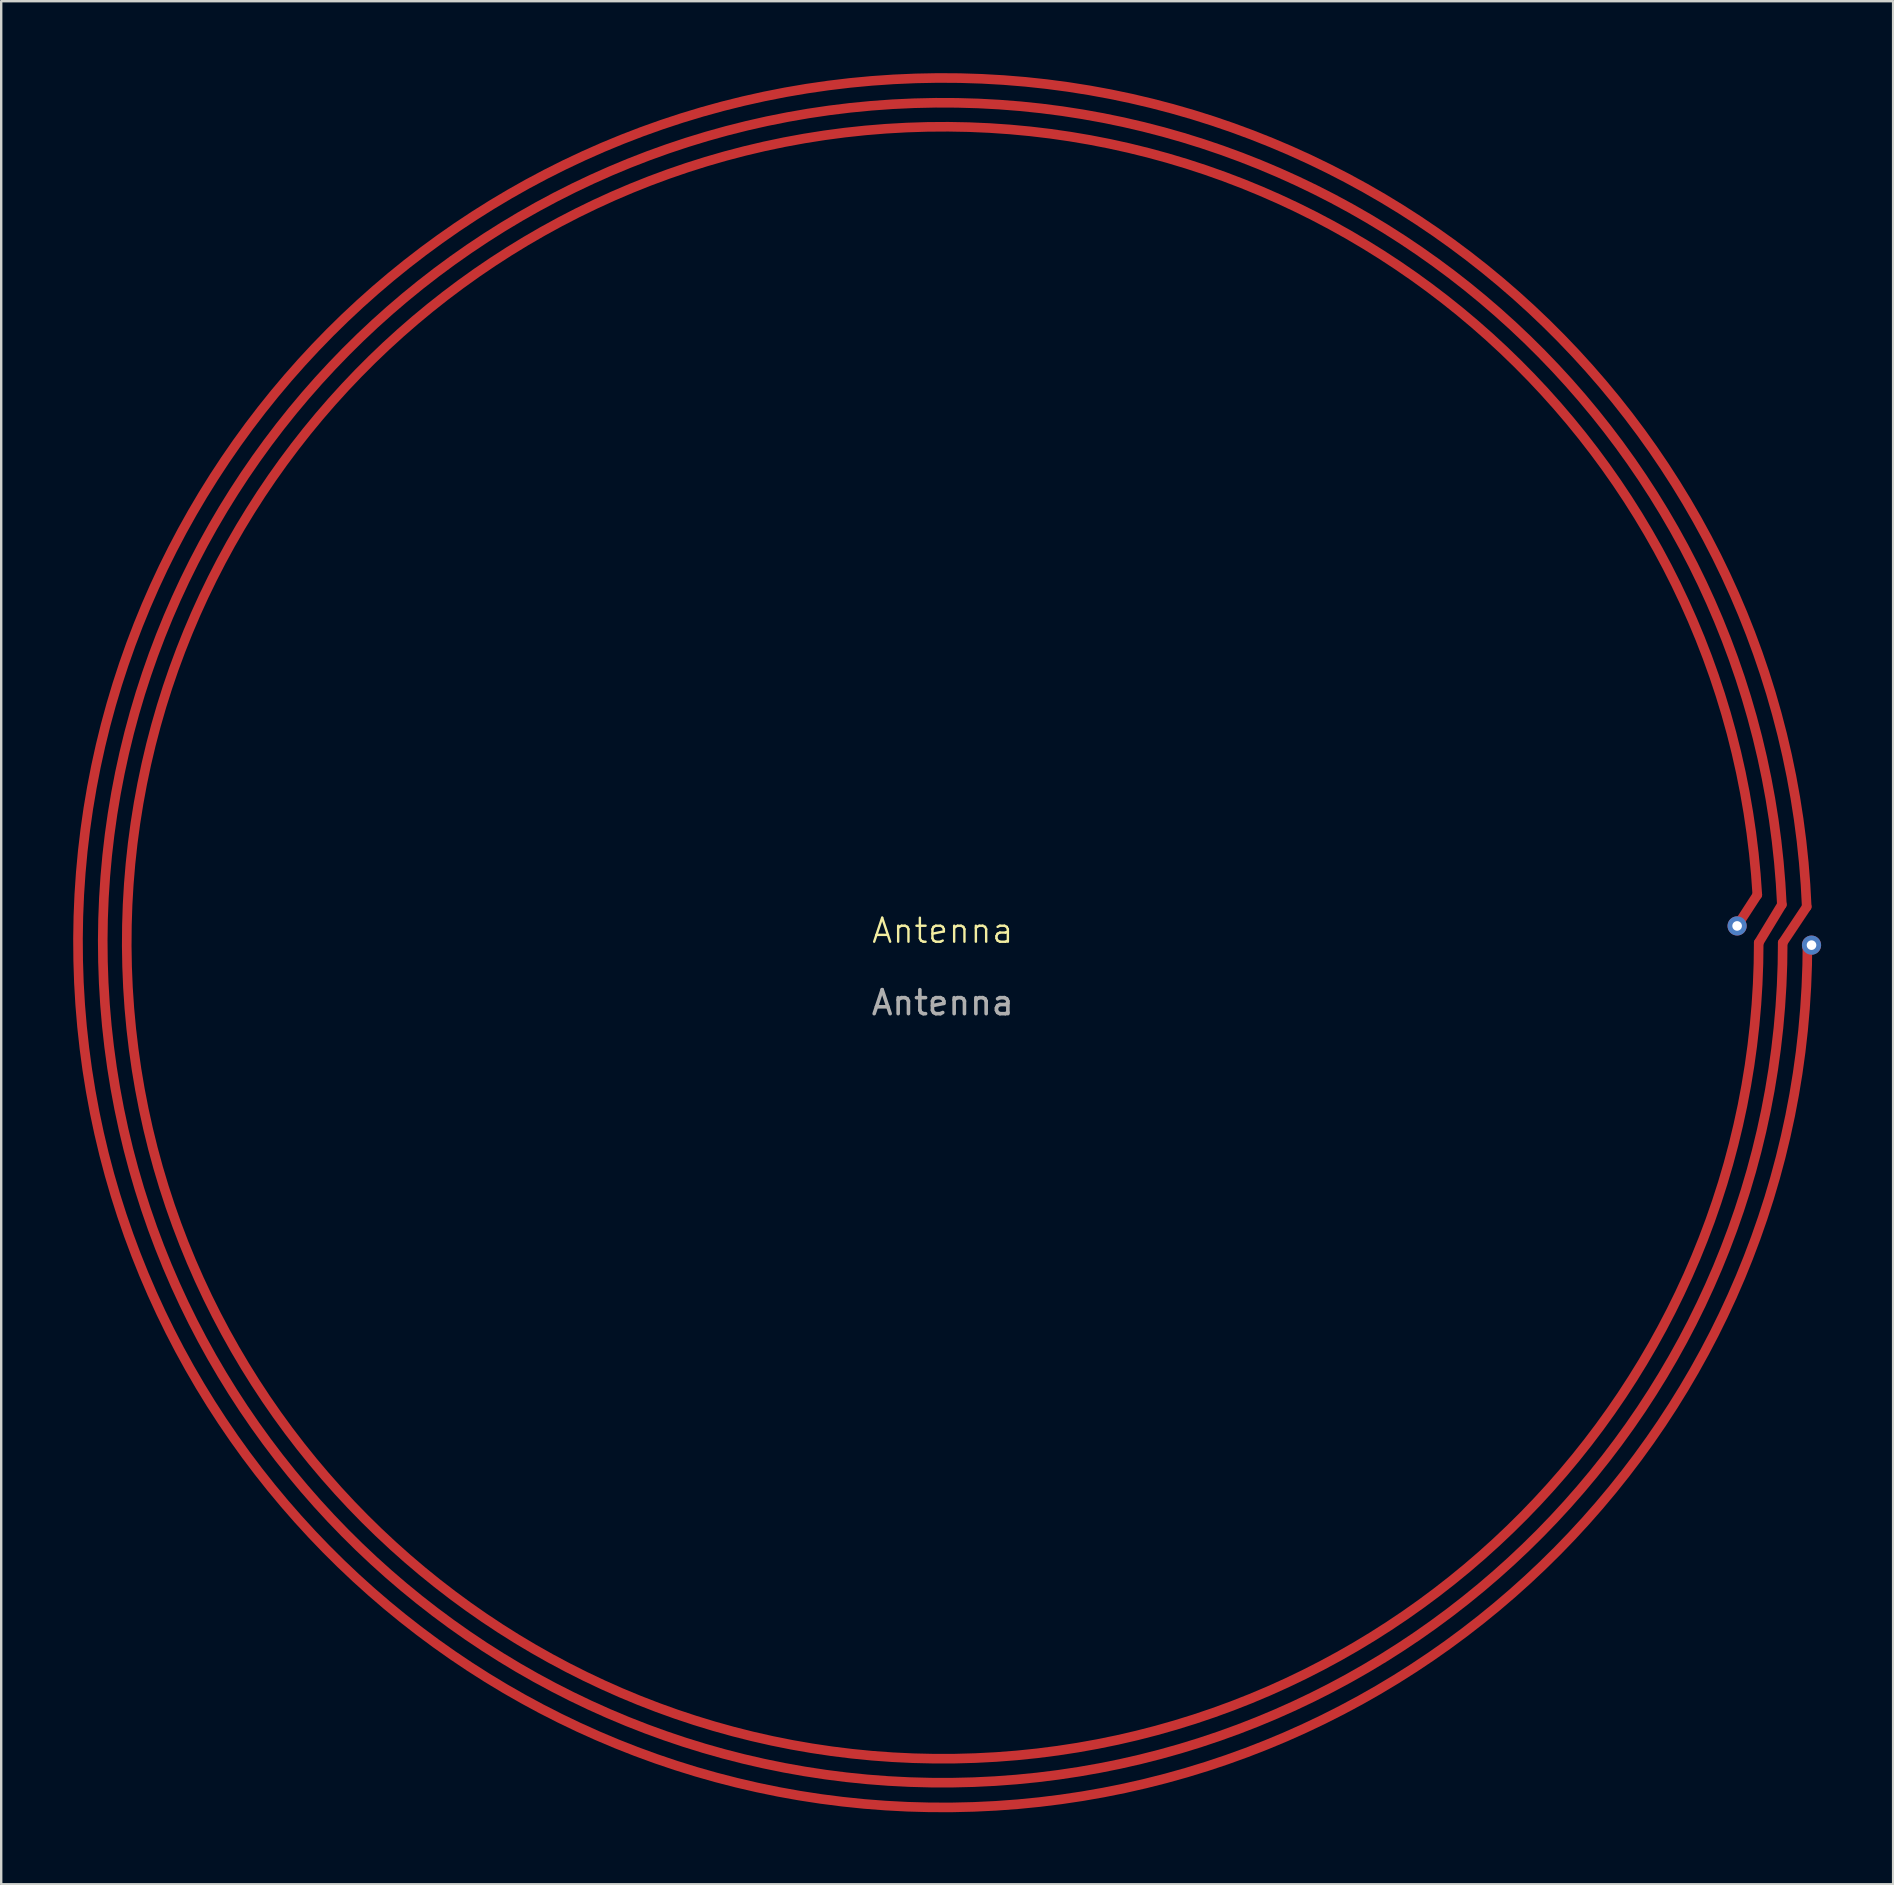
<source format=kicad_pcb>
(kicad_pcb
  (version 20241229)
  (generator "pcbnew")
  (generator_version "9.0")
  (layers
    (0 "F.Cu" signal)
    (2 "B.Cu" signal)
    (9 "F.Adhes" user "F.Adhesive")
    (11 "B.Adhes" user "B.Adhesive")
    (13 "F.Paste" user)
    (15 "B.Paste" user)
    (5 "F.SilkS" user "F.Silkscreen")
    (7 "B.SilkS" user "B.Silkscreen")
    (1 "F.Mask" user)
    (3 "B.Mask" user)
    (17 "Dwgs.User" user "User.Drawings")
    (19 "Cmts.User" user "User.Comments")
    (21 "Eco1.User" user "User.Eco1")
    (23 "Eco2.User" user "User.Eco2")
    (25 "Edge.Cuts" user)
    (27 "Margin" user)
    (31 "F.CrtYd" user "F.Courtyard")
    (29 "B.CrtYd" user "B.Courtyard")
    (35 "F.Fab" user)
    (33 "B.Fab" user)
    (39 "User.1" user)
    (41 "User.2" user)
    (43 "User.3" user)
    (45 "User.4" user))
  (footprint "Antenna"
    (layer "F.Cu")
    (at 36.231 36.231)
    (property "Reference" "Antenna" (at 0 -0.5 0) (unlocked yes) (layer "F.SilkS") (effects (font (size 1 1) (thickness 0.1))))
    (attr through_hole)
    (fp_line (start 33.1 -0.7) (end 33.941 -1.997) (stroke (width 0.4) (type default)) (layer "F.Cu"))
    (fp_line (start 34 0) (end 34.964 -1.589) (stroke (width 0.4) (type default)) (layer "F.Cu"))
    (fp_line (start 35 0) (end 36 -1.5) (stroke (width 0.4) (type default)) (layer "F.Cu"))
    (fp_arc (start 34 0) (mid -33.985329 0.998703) (end 33.941329 -1.996549) (stroke (width 0.4) (type default)) (layer "F.Cu"))
    (fp_arc (start 35 0) (mid -34.990973 0.794851) (end 34.963899 -1.589268) (stroke (width 0.4) (type default)) (layer "F.Cu"))
    (fp_arc (start 36.031236 0) (mid -36.023426 0.750187) (end 35.999999 -1.5) (stroke (width 0.4) (type default)) (layer "F.Cu"))
    (fp_text user "${REFERENCE}" (at 0 2.5 0) (unlocked yes) (layer "F.Fab") (effects (font (size 1 1) (thickness 0.15))))
    (pad "1" thru_hole circle (at 36.2 0.1) (size 0.8 0.8) (drill 0.4) (layers "*.Cu" "*.Mask"))
    (pad "2" thru_hole circle (at 33.1 -0.7) (size 0.8 0.8) (drill 0.4) (layers "*.Cu" "*.Mask")))
  (gr_rect
    (start -3 -3)
    (end 75.831 75.462)
    (stroke (width 0.1) (type default))
    (fill no)
    (layer "Edge.Cuts")))
</source>
